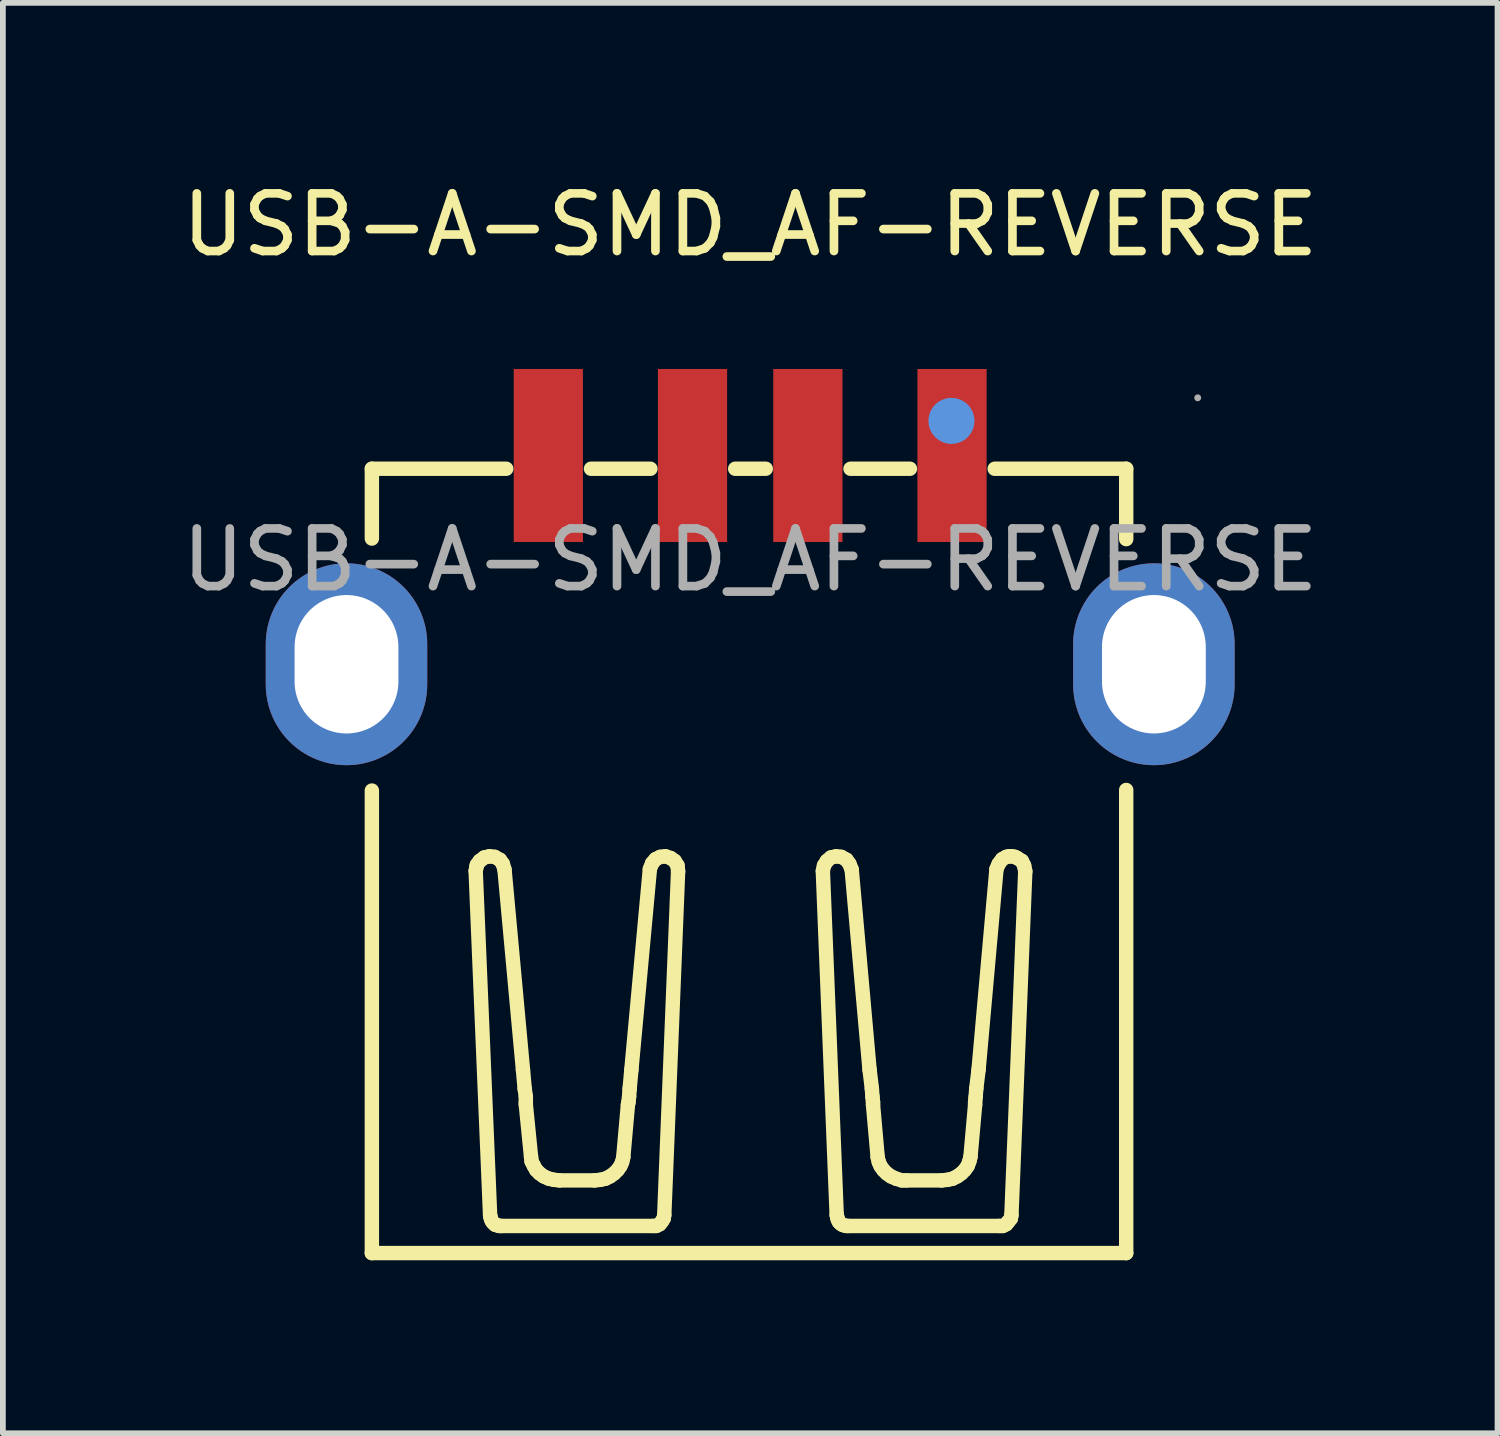
<source format=kicad_pcb>
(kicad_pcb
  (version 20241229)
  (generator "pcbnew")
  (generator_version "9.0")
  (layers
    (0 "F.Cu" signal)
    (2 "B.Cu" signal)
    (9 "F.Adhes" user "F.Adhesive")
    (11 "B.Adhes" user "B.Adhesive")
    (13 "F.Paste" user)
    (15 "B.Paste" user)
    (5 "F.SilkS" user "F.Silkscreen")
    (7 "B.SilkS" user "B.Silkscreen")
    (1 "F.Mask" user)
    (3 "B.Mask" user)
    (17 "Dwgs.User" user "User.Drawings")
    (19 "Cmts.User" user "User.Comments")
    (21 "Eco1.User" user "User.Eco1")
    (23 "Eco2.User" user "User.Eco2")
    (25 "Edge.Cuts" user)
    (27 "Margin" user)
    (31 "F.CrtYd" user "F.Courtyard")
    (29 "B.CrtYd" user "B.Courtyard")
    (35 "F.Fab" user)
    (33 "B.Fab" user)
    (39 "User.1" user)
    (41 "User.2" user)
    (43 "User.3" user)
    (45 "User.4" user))
  (footprint "USB-A-SMD_AF-REVERSE"
    (layer "F.Cu")
    (at 9.958 6.658)
    (property "Reference" "USB-A-SMD_AF-REVERSE" (at 0 -5.81 0) (layer "F.SilkS") (effects (font (size 1 1) (thickness 0.15))))
    (attr through_hole)
    (fp_line (start -6.56 -1.58) (end -6.56 -0.37) (stroke (width 0.25) (type solid)) (layer "F.SilkS"))
    (fp_line (start -6.56 -1.58) (end -4.23 -1.58) (stroke (width 0.25) (type solid)) (layer "F.SilkS"))
    (fp_line (start -6.56 4) (end -6.56 12.02) (stroke (width 0.25) (type solid)) (layer "F.SilkS"))
    (fp_line (start -4.76 5.4) (end -4.51 11.36) (stroke (width 0.25) (type solid)) (layer "F.SilkS"))
    (fp_line (start -4.75 5.34) (end -4.76 5.39) (stroke (width 0.25) (type solid)) (layer "F.SilkS"))
    (fp_line (start -4.74 5.29) (end -4.75 5.34) (stroke (width 0.25) (type solid)) (layer "F.SilkS"))
    (fp_line (start -4.69 5.22) (end -4.74 5.29) (stroke (width 0.25) (type solid)) (layer "F.SilkS"))
    (fp_line (start -4.61 5.16) (end -4.69 5.22) (stroke (width 0.25) (type solid)) (layer "F.SilkS"))
    (fp_line (start -4.52 5.14) (end -4.61 5.16) (stroke (width 0.25) (type solid)) (layer "F.SilkS"))
    (fp_line (start -4.51 11.36) (end -4.5 11.41) (stroke (width 0.25) (type solid)) (layer "F.SilkS"))
    (fp_line (start -4.5 11.41) (end -4.49 11.44) (stroke (width 0.25) (type solid)) (layer "F.SilkS"))
    (fp_line (start -4.49 11.44) (end -4.47 11.48) (stroke (width 0.25) (type solid)) (layer "F.SilkS"))
    (fp_line (start -4.47 11.48) (end -4.44 11.51) (stroke (width 0.25) (type solid)) (layer "F.SilkS"))
    (fp_line (start -4.44 11.51) (end -4.42 11.53) (stroke (width 0.25) (type solid)) (layer "F.SilkS"))
    (fp_line (start -4.43 5.15) (end -4.52 5.14) (stroke (width 0.25) (type solid)) (layer "F.SilkS"))
    (fp_line (start -4.42 11.53) (end -4.38 11.54) (stroke (width 0.25) (type solid)) (layer "F.SilkS"))
    (fp_line (start -4.38 11.54) (end -4.35 11.55) (stroke (width 0.25) (type solid)) (layer "F.SilkS"))
    (fp_line (start -4.35 11.55) (end -4.31 11.55) (stroke (width 0.25) (type solid)) (layer "F.SilkS"))
    (fp_line (start -4.34 5.2) (end -4.43 5.15) (stroke (width 0.25) (type solid)) (layer "F.SilkS"))
    (fp_line (start -4.31 11.55) (end -1.69 11.55) (stroke (width 0.25) (type solid)) (layer "F.SilkS"))
    (fp_line (start -4.29 5.27) (end -4.34 5.2) (stroke (width 0.25) (type solid)) (layer "F.SilkS"))
    (fp_line (start -4.26 5.37) (end -4.29 5.27) (stroke (width 0.25) (type solid)) (layer "F.SilkS"))
    (fp_line (start -3.94 8.84) (end -4.26 5.37) (stroke (width 0.25) (type solid)) (layer "F.SilkS"))
    (fp_line (start -3.94 8.84) (end -3.91 9.17) (stroke (width 0.25) (type solid)) (layer "F.SilkS"))
    (fp_line (start -3.91 9.17) (end -3.89 9.31) (stroke (width 0.25) (type solid)) (layer "F.SilkS"))
    (fp_line (start -3.89 9.4) (end -3.89 9.31) (stroke (width 0.25) (type solid)) (layer "F.SilkS"))
    (fp_line (start -3.89 9.45) (end -3.89 9.4) (stroke (width 0.25) (type solid)) (layer "F.SilkS"))
    (fp_line (start -3.8 10.35) (end -3.89 9.45) (stroke (width 0.25) (type solid)) (layer "F.SilkS"))
    (fp_line (start -3.8 10.35) (end -3.79 10.43) (stroke (width 0.25) (type solid)) (layer "F.SilkS"))
    (fp_line (start -3.79 10.43) (end -3.75 10.51) (stroke (width 0.25) (type solid)) (layer "F.SilkS"))
    (fp_line (start -3.75 10.51) (end -3.71 10.58) (stroke (width 0.25) (type solid)) (layer "F.SilkS"))
    (fp_line (start -3.71 10.58) (end -3.65 10.64) (stroke (width 0.25) (type solid)) (layer "F.SilkS"))
    (fp_line (start -3.65 10.64) (end -3.58 10.69) (stroke (width 0.25) (type solid)) (layer "F.SilkS"))
    (fp_line (start -3.58 10.69) (end -3.49 10.73) (stroke (width 0.25) (type solid)) (layer "F.SilkS"))
    (fp_line (start -3.49 10.73) (end -3.4 10.75) (stroke (width 0.25) (type solid)) (layer "F.SilkS"))
    (fp_line (start -3.4 10.75) (end -3.31 10.76) (stroke (width 0.25) (type solid)) (layer "F.SilkS"))
    (fp_line (start -2.76 -1.58) (end -1.73 -1.58) (stroke (width 0.25) (type solid)) (layer "F.SilkS"))
    (fp_line (start -2.7 10.76) (end -3.3 10.76) (stroke (width 0.25) (type solid)) (layer "F.SilkS"))
    (fp_line (start -2.7 10.76) (end -2.6 10.75) (stroke (width 0.25) (type solid)) (layer "F.SilkS"))
    (fp_line (start -2.6 10.75) (end -2.51 10.73) (stroke (width 0.25) (type solid)) (layer "F.SilkS"))
    (fp_line (start -2.51 10.73) (end -2.43 10.69) (stroke (width 0.25) (type solid)) (layer "F.SilkS"))
    (fp_line (start -2.43 10.69) (end -2.36 10.64) (stroke (width 0.25) (type solid)) (layer "F.SilkS"))
    (fp_line (start -2.36 10.64) (end -2.3 10.58) (stroke (width 0.25) (type solid)) (layer "F.SilkS"))
    (fp_line (start -2.3 10.58) (end -2.25 10.51) (stroke (width 0.25) (type solid)) (layer "F.SilkS"))
    (fp_line (start -2.25 10.51) (end -2.22 10.44) (stroke (width 0.25) (type solid)) (layer "F.SilkS"))
    (fp_line (start -2.22 10.44) (end -2.2 10.36) (stroke (width 0.25) (type solid)) (layer "F.SilkS"))
    (fp_line (start -2.12 9.45) (end -2.2 10.35) (stroke (width 0.25) (type solid)) (layer "F.SilkS"))
    (fp_line (start -2.12 9.45) (end -2.11 9.4) (stroke (width 0.25) (type solid)) (layer "F.SilkS"))
    (fp_line (start -2.11 9.4) (end -2.1 9.31) (stroke (width 0.25) (type solid)) (layer "F.SilkS"))
    (fp_line (start -2.09 9.17) (end -2.1 9.31) (stroke (width 0.25) (type solid)) (layer "F.SilkS"))
    (fp_line (start -2.06 8.84) (end -2.09 9.17) (stroke (width 0.25) (type solid)) (layer "F.SilkS"))
    (fp_line (start -2.06 8.84) (end -1.74 5.37) (stroke (width 0.25) (type solid)) (layer "F.SilkS"))
    (fp_line (start -1.7 5.26) (end -1.74 5.36) (stroke (width 0.25) (type solid)) (layer "F.SilkS"))
    (fp_line (start -1.69 11.55) (end -1.63 11.55) (stroke (width 0.25) (type solid)) (layer "F.SilkS"))
    (fp_line (start -1.64 5.19) (end -1.7 5.26) (stroke (width 0.25) (type solid)) (layer "F.SilkS"))
    (fp_line (start -1.63 11.55) (end -1.57 11.52) (stroke (width 0.25) (type solid)) (layer "F.SilkS"))
    (fp_line (start -1.57 11.52) (end -1.53 11.47) (stroke (width 0.25) (type solid)) (layer "F.SilkS"))
    (fp_line (start -1.56 5.15) (end -1.64 5.19) (stroke (width 0.25) (type solid)) (layer "F.SilkS"))
    (fp_line (start -1.53 11.47) (end -1.5 11.42) (stroke (width 0.25) (type solid)) (layer "F.SilkS"))
    (fp_line (start -1.5 11.42) (end -1.49 11.36) (stroke (width 0.25) (type solid)) (layer "F.SilkS"))
    (fp_line (start -1.49 11.36) (end -1.25 5.4) (stroke (width 0.25) (type solid)) (layer "F.SilkS"))
    (fp_line (start -1.47 5.14) (end -1.56 5.15) (stroke (width 0.25) (type solid)) (layer "F.SilkS"))
    (fp_line (start -1.38 5.17) (end -1.47 5.14) (stroke (width 0.25) (type solid)) (layer "F.SilkS"))
    (fp_line (start -1.31 5.22) (end -1.38 5.17) (stroke (width 0.25) (type solid)) (layer "F.SilkS"))
    (fp_line (start -1.26 5.3) (end -1.31 5.22) (stroke (width 0.25) (type solid)) (layer "F.SilkS"))
    (fp_line (start -1.25 5.4) (end -1.26 5.3) (stroke (width 0.25) (type solid)) (layer "F.SilkS"))
    (fp_line (start -0.26 -1.58) (end 0.27 -1.58) (stroke (width 0.25) (type solid)) (layer "F.SilkS"))
    (fp_line (start 1.28 5.3) (end 1.26 5.39) (stroke (width 0.25) (type solid)) (layer "F.SilkS"))
    (fp_line (start 1.33 5.22) (end 1.28 5.3) (stroke (width 0.25) (type solid)) (layer "F.SilkS"))
    (fp_line (start 1.4 5.16) (end 1.33 5.22) (stroke (width 0.25) (type solid)) (layer "F.SilkS"))
    (fp_line (start 1.49 5.14) (end 1.4 5.16) (stroke (width 0.25) (type solid)) (layer "F.SilkS"))
    (fp_line (start 1.5 11.36) (end 1.26 5.4) (stroke (width 0.25) (type solid)) (layer "F.SilkS"))
    (fp_line (start 1.5 11.36) (end 1.51 11.4) (stroke (width 0.25) (type solid)) (layer "F.SilkS"))
    (fp_line (start 1.51 11.4) (end 1.52 11.44) (stroke (width 0.25) (type solid)) (layer "F.SilkS"))
    (fp_line (start 1.52 11.44) (end 1.54 11.48) (stroke (width 0.25) (type solid)) (layer "F.SilkS"))
    (fp_line (start 1.54 11.48) (end 1.57 11.51) (stroke (width 0.25) (type solid)) (layer "F.SilkS"))
    (fp_line (start 1.57 11.51) (end 1.6 11.53) (stroke (width 0.25) (type solid)) (layer "F.SilkS"))
    (fp_line (start 1.58 5.15) (end 1.49 5.14) (stroke (width 0.25) (type solid)) (layer "F.SilkS"))
    (fp_line (start 1.6 11.53) (end 1.63 11.54) (stroke (width 0.25) (type solid)) (layer "F.SilkS"))
    (fp_line (start 1.63 11.54) (end 1.67 11.55) (stroke (width 0.25) (type solid)) (layer "F.SilkS"))
    (fp_line (start 1.67 5.2) (end 1.58 5.15) (stroke (width 0.25) (type solid)) (layer "F.SilkS"))
    (fp_line (start 1.67 11.55) (end 1.7 11.55) (stroke (width 0.25) (type solid)) (layer "F.SilkS"))
    (fp_line (start 1.72 5.27) (end 1.67 5.2) (stroke (width 0.25) (type solid)) (layer "F.SilkS"))
    (fp_line (start 1.74 -1.58) (end 2.77 -1.58) (stroke (width 0.25) (type solid)) (layer "F.SilkS"))
    (fp_line (start 1.76 5.37) (end 1.72 5.27) (stroke (width 0.25) (type solid)) (layer "F.SilkS"))
    (fp_line (start 2.07 8.84) (end 1.76 5.37) (stroke (width 0.25) (type solid)) (layer "F.SilkS"))
    (fp_line (start 2.07 8.84) (end 2.11 9.17) (stroke (width 0.25) (type solid)) (layer "F.SilkS"))
    (fp_line (start 2.11 9.17) (end 2.12 9.31) (stroke (width 0.25) (type solid)) (layer "F.SilkS"))
    (fp_line (start 2.13 9.4) (end 2.12 9.31) (stroke (width 0.25) (type solid)) (layer "F.SilkS"))
    (fp_line (start 2.13 9.45) (end 2.13 9.4) (stroke (width 0.25) (type solid)) (layer "F.SilkS"))
    (fp_line (start 2.13 9.45) (end 2.21 10.35) (stroke (width 0.25) (type solid)) (layer "F.SilkS"))
    (fp_line (start 2.23 10.44) (end 2.21 10.36) (stroke (width 0.25) (type solid)) (layer "F.SilkS"))
    (fp_line (start 2.26 10.51) (end 2.23 10.44) (stroke (width 0.25) (type solid)) (layer "F.SilkS"))
    (fp_line (start 2.31 10.58) (end 2.26 10.51) (stroke (width 0.25) (type solid)) (layer "F.SilkS"))
    (fp_line (start 2.37 10.64) (end 2.31 10.58) (stroke (width 0.25) (type solid)) (layer "F.SilkS"))
    (fp_line (start 2.44 10.69) (end 2.37 10.64) (stroke (width 0.25) (type solid)) (layer "F.SilkS"))
    (fp_line (start 2.53 10.73) (end 2.44 10.69) (stroke (width 0.25) (type solid)) (layer "F.SilkS"))
    (fp_line (start 2.63 10.76) (end 2.53 10.73) (stroke (width 0.25) (type solid)) (layer "F.SilkS"))
    (fp_line (start 2.71 10.76) (end 2.63 10.76) (stroke (width 0.25) (type solid)) (layer "F.SilkS"))
    (fp_line (start 2.71 10.76) (end 3.32 10.76) (stroke (width 0.25) (type solid)) (layer "F.SilkS"))
    (fp_line (start 3.42 10.75) (end 3.32 10.76) (stroke (width 0.25) (type solid)) (layer "F.SilkS"))
    (fp_line (start 3.51 10.73) (end 3.42 10.75) (stroke (width 0.25) (type solid)) (layer "F.SilkS"))
    (fp_line (start 3.59 10.69) (end 3.51 10.73) (stroke (width 0.25) (type solid)) (layer "F.SilkS"))
    (fp_line (start 3.66 10.64) (end 3.59 10.69) (stroke (width 0.25) (type solid)) (layer "F.SilkS"))
    (fp_line (start 3.72 10.58) (end 3.66 10.64) (stroke (width 0.25) (type solid)) (layer "F.SilkS"))
    (fp_line (start 3.77 10.51) (end 3.72 10.58) (stroke (width 0.25) (type solid)) (layer "F.SilkS"))
    (fp_line (start 3.8 10.43) (end 3.77 10.51) (stroke (width 0.25) (type solid)) (layer "F.SilkS"))
    (fp_line (start 3.82 10.35) (end 3.8 10.43) (stroke (width 0.25) (type solid)) (layer "F.SilkS"))
    (fp_line (start 3.9 9.4) (end 3.91 9.31) (stroke (width 0.25) (type solid)) (layer "F.SilkS"))
    (fp_line (start 3.9 9.45) (end 3.82 10.35) (stroke (width 0.25) (type solid)) (layer "F.SilkS"))
    (fp_line (start 3.9 9.45) (end 3.9 9.4) (stroke (width 0.25) (type solid)) (layer "F.SilkS"))
    (fp_line (start 3.92 9.17) (end 3.91 9.31) (stroke (width 0.25) (type solid)) (layer "F.SilkS"))
    (fp_line (start 3.96 8.84) (end 3.92 9.17) (stroke (width 0.25) (type solid)) (layer "F.SilkS"))
    (fp_line (start 3.96 8.84) (end 4.27 5.37) (stroke (width 0.25) (type solid)) (layer "F.SilkS"))
    (fp_line (start 4.24 -1.58) (end 6.52 -1.58) (stroke (width 0.25) (type solid)) (layer "F.SilkS"))
    (fp_line (start 4.31 5.27) (end 4.27 5.36) (stroke (width 0.25) (type solid)) (layer "F.SilkS"))
    (fp_line (start 4.32 11.55) (end 1.71 11.55) (stroke (width 0.25) (type solid)) (layer "F.SilkS"))
    (fp_line (start 4.32 11.55) (end 4.38 11.55) (stroke (width 0.25) (type solid)) (layer "F.SilkS"))
    (fp_line (start 4.37 5.19) (end 4.31 5.27) (stroke (width 0.25) (type solid)) (layer "F.SilkS"))
    (fp_line (start 4.38 11.55) (end 4.44 11.52) (stroke (width 0.25) (type solid)) (layer "F.SilkS"))
    (fp_line (start 4.44 5.15) (end 4.37 5.19) (stroke (width 0.25) (type solid)) (layer "F.SilkS"))
    (fp_line (start 4.44 11.52) (end 4.48 11.47) (stroke (width 0.25) (type solid)) (layer "F.SilkS"))
    (fp_line (start 4.48 11.47) (end 4.52 11.42) (stroke (width 0.25) (type solid)) (layer "F.SilkS"))
    (fp_line (start 4.49 5.14) (end 4.44 5.15) (stroke (width 0.25) (type solid)) (layer "F.SilkS"))
    (fp_line (start 4.52 11.42) (end 4.53 11.36) (stroke (width 0.25) (type solid)) (layer "F.SilkS"))
    (fp_line (start 4.54 5.14) (end 4.49 5.14) (stroke (width 0.25) (type solid)) (layer "F.SilkS"))
    (fp_line (start 4.59 5.15) (end 4.54 5.14) (stroke (width 0.25) (type solid)) (layer "F.SilkS"))
    (fp_line (start 4.63 5.17) (end 4.59 5.15) (stroke (width 0.25) (type solid)) (layer "F.SilkS"))
    (fp_line (start 4.71 5.22) (end 4.63 5.17) (stroke (width 0.25) (type solid)) (layer "F.SilkS"))
    (fp_line (start 4.75 5.3) (end 4.71 5.22) (stroke (width 0.25) (type solid)) (layer "F.SilkS"))
    (fp_line (start 4.77 5.4) (end 4.53 11.36) (stroke (width 0.25) (type solid)) (layer "F.SilkS"))
    (fp_line (start 4.77 5.4) (end 4.75 5.3) (stroke (width 0.25) (type solid)) (layer "F.SilkS"))
    (fp_line (start 6.52 -1.58) (end 6.52 -0.36) (stroke (width 0.25) (type solid)) (layer "F.SilkS"))
    (fp_line (start 6.52 3.99) (end 6.52 12.02) (stroke (width 0.25) (type solid)) (layer "F.SilkS"))
    (fp_line (start 6.52 12.02) (end -6.56 12.02) (stroke (width 0.25) (type solid)) (layer "F.SilkS"))
    (fp_circle (center 3.49 -2.41) (end 3.69 -2.41) (stroke (width 0.4) (type solid)) (fill no) (layer "Cmts.User"))
    (fp_circle (center 7.76 -2.81) (end 7.79 -2.81) (stroke (width 0.06) (type solid)) (fill no) (layer "F.Fab"))
    (fp_text user "${REFERENCE}" (at 0 0 0) (layer "F.Fab") (effects (font (size 1 1) (thickness 0.15))))
    (pad "1" smd rect (at 3.5 -1.81) (size 1.2 3) (layers "F.Cu" "F.Mask" "F.Paste"))
    (pad "2" smd rect (at 1 -1.81) (size 1.2 3) (layers "F.Cu" "F.Mask" "F.Paste"))
    (pad "3" smd rect (at -1 -1.81) (size 1.2 3) (layers "F.Cu" "F.Mask" "F.Paste"))
    (pad "4" smd rect (at -3.5 -1.81) (size 1.2 3) (layers "F.Cu" "F.Mask" "F.Paste"))
    (pad "SH1" thru_hole oval (at 7 1.81) (size 2.8 3.5) (drill oval 1.8 2.4) (layers "*.Cu" "*.Paste" "*.Mask"))
    (pad "SH2" thru_hole oval (at -7 1.81) (size 2.8 3.5) (drill oval 1.8 2.4) (layers "*.Cu" "*.Paste" "*.Mask")))
  (gr_rect
    (start -3 -3)
    (end 22.917 21.803)
    (stroke (width 0.1) (type default))
    (fill no)
    (layer "Edge.Cuts")))
</source>
